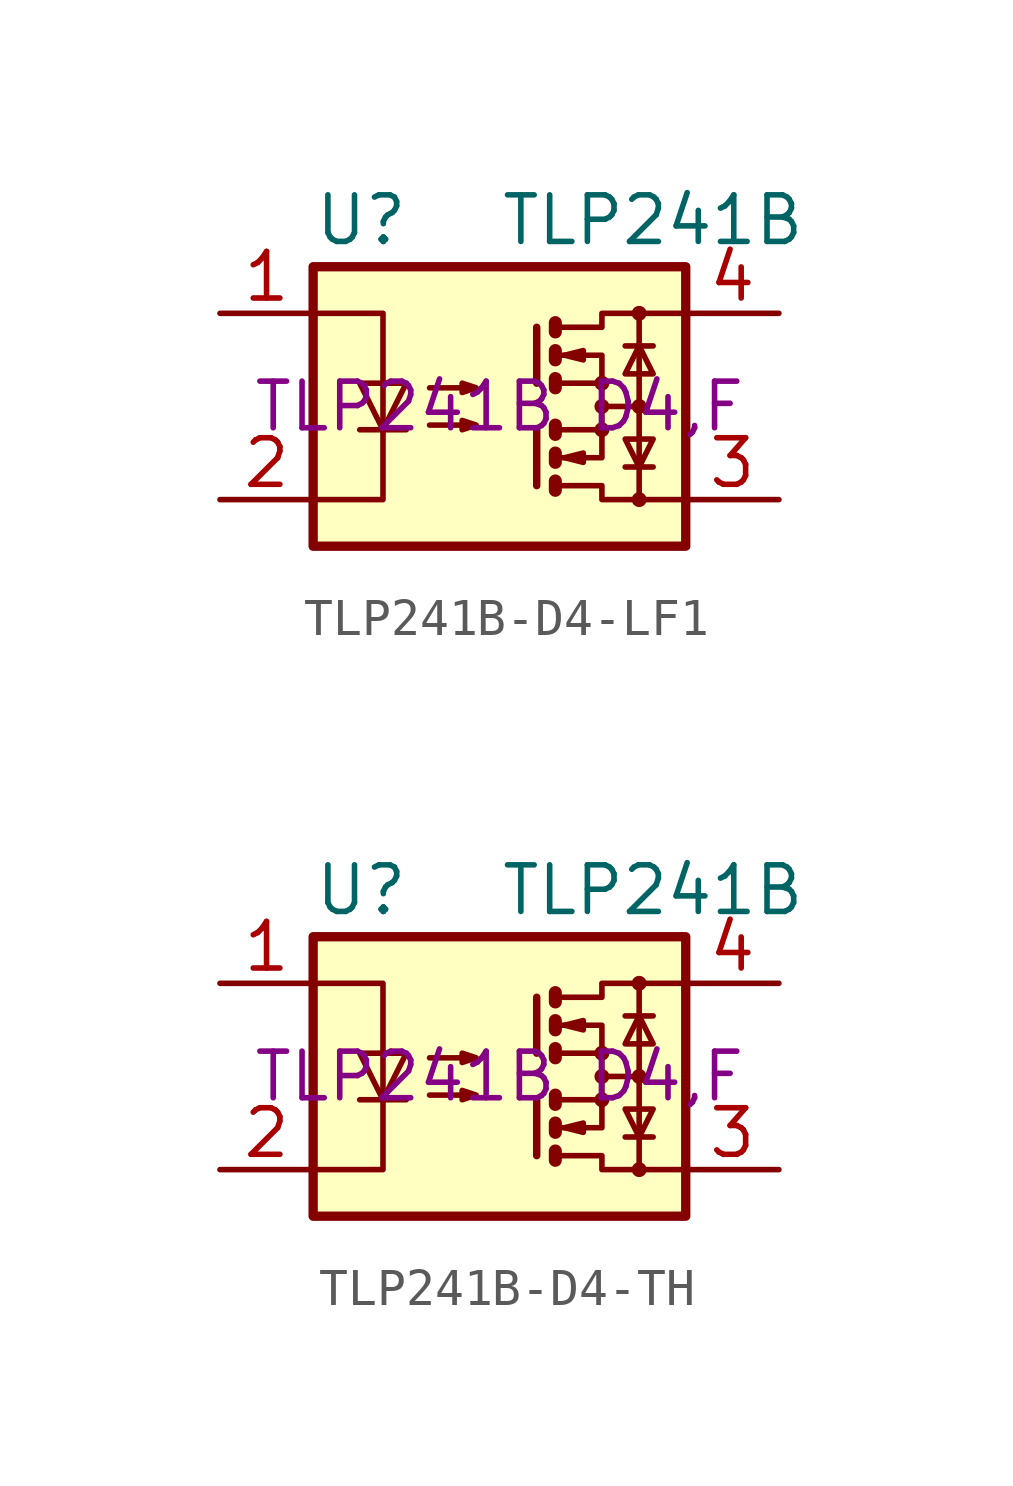
<source format=kicad_sym>
(kicad_symbol_lib
  (version 20231120)
  (generator "kicad_symbol_editor")
  (generator_version "8.0")
  (symbol "TLP241B-D4-LF1"
    (property "Reference" "U"
      (at -5.08 5.08 0)
      (effects (font (size 1.27 1.27)) (justify left)))
    (property "Value" "TLP241B"
      (at 0 5.08 0)
      (effects (font (size 1.27 1.27)) (justify left)))
    (property "MPN" "TLP241B D4,F"
      (at 0 0 0)
      (effects (font (size 1.27 1.27))))
    (symbol "TLP241B-D4-LF1_0_1"
      (rectangle (start -5.08 3.81) (end 5.08 -3.81) (stroke (width 0.254) (type default)) (fill (type background)))
      (polyline (pts (xy -3.81 -0.635) (xy -2.54 -0.635)) (stroke (width 0) (type default)) (fill (type none)))
      (polyline (pts (xy 1.016 -0.635) (xy 1.016 -2.159)) (stroke (width 0.203) (type default)) (fill (type none)))
      (polyline (pts (xy 1.016 2.159) (xy 1.016 0.635)) (stroke (width 0.203) (type default)) (fill (type none)))
      (polyline (pts (xy 1.524 -0.508) (xy 1.524 -0.762)) (stroke (width 0.356) (type default)) (fill (type none)))
      (polyline (pts (xy 2.794 0) (xy 3.81 0)) (stroke (width 0) (type default)) (fill (type none)))
      (polyline (pts (xy 3.429 -1.651) (xy 4.191 -1.651)) (stroke (width 0) (type default)) (fill (type none)))
      (polyline (pts (xy 3.429 1.651) (xy 4.191 1.651)) (stroke (width 0) (type default)) (fill (type none)))
      (polyline (pts (xy 3.81 -2.54) (xy 3.81 2.54)) (stroke (width 0) (type default)) (fill (type none)))
      (polyline (pts (xy 1.524 -2.032) (xy 1.524 -2.286) (xy 1.524 -2.286)) (stroke (width 0.356) (type default)) (fill (type none)))
      (polyline (pts (xy 1.524 -1.27) (xy 1.524 -1.524) (xy 1.524 -1.524)) (stroke (width 0.356) (type default)) (fill (type none)))
      (polyline (pts (xy 1.524 0.762) (xy 1.524 0.508) (xy 1.524 0.508)) (stroke (width 0.356) (type default)) (fill (type none)))
      (polyline (pts (xy 1.524 1.524) (xy 1.524 1.27) (xy 1.524 1.27)) (stroke (width 0.356) (type default)) (fill (type none)))
      (polyline (pts (xy 1.524 2.286) (xy 1.524 2.032) (xy 1.524 2.032)) (stroke (width 0.356) (type default)) (fill (type none)))
      (polyline (pts (xy 1.651 -1.397) (xy 2.794 -1.397) (xy 2.794 -0.635)) (stroke (width 0) (type default)) (fill (type none)))
      (polyline (pts (xy 1.651 1.397) (xy 2.794 1.397) (xy 2.794 0.635)) (stroke (width 0) (type default)) (fill (type none)))
      (polyline (pts (xy -5.08 2.54) (xy -3.175 2.54) (xy -3.175 -2.54) (xy -5.08 -2.54)) (stroke (width 0) (type default)) (fill (type none)))
      (polyline (pts (xy -3.175 -0.635) (xy -3.81 0.635) (xy -2.54 0.635) (xy -3.175 -0.635)) (stroke (width 0) (type default)) (fill (type none)))
      (polyline (pts (xy 1.651 -2.159) (xy 2.794 -2.159) (xy 2.794 -2.54) (xy 5.08 -2.54)) (stroke (width 0) (type default)) (fill (type none)))
      (polyline (pts (xy 1.651 -0.635) (xy 2.794 -0.635) (xy 2.794 0.635) (xy 1.651 0.635)) (stroke (width 0) (type default)) (fill (type none)))
      (polyline (pts (xy 1.651 2.159) (xy 2.794 2.159) (xy 2.794 2.54) (xy 5.08 2.54)) (stroke (width 0) (type default)) (fill (type none)))
      (polyline (pts (xy 1.778 -1.397) (xy 2.286 -1.27) (xy 2.286 -1.524) (xy 1.778 -1.397)) (stroke (width 0) (type default)) (fill (type none)))
      (polyline (pts (xy 1.778 1.397) (xy 2.286 1.524) (xy 2.286 1.27) (xy 1.778 1.397)) (stroke (width 0) (type default)) (fill (type none)))
      (polyline (pts (xy 3.81 -1.651) (xy 3.429 -0.889) (xy 4.191 -0.889) (xy 3.81 -1.651)) (stroke (width 0) (type default)) (fill (type none)))
      (polyline (pts (xy 3.81 1.651) (xy 3.429 0.889) (xy 4.191 0.889) (xy 3.81 1.651)) (stroke (width 0) (type default)) (fill (type none)))
      (polyline (pts (xy -1.905 -0.508) (xy -0.635 -0.508) (xy -1.016 -0.635) (xy -1.016 -0.381) (xy -0.635 -0.508)) (stroke (width 0) (type default)) (fill (type none)))
      (polyline (pts (xy -1.905 0.508) (xy -0.635 0.508) (xy -1.016 0.381) (xy -1.016 0.635) (xy -0.635 0.508)) (stroke (width 0) (type default)) (fill (type none)))
      (circle (center 2.794 -0.635) (radius 0.127) (stroke (width 0) (type default)) (fill (type none)))
      (circle (center 2.794 0) (radius 0.127) (stroke (width 0) (type default)) (fill (type none)))
      (circle (center 2.794 0.635) (radius 0.127) (stroke (width 0) (type default)) (fill (type none)))
      (circle (center 3.81 -2.54) (radius 0.127) (stroke (width 0) (type default)) (fill (type none)))
      (circle (center 3.81 0) (radius 0.127) (stroke (width 0) (type default)) (fill (type none)))
      (circle (center 3.81 2.54) (radius 0.127) (stroke (width 0) (type default)) (fill (type none))))
    (symbol "TLP241B-D4-LF1_1_1"
      (pin passive line (at -7.62 2.54 0) (length 2.54) (name "~" (effects (font (size 1.27 1.27)))) (number "1" (effects (font (size 1.27 1.27)))))
      (pin passive line (at -7.62 -2.54 0) (length 2.54) (name "~" (effects (font (size 1.27 1.27)))) (number "2" (effects (font (size 1.27 1.27)))))
      (pin passive line (at 7.62 -2.54 180) (length 2.54) (name "~" (effects (font (size 1.27 1.27)))) (number "3" (effects (font (size 1.27 1.27)))))
      (pin passive line (at 7.62 2.54 180) (length 2.54) (name "~" (effects (font (size 1.27 1.27)))) (number "4" (effects (font (size 1.27 1.27)))))))
  (symbol "TLP241B-D4-TH"
    (property "Reference" "U"
      (at -5.08 5.08 0)
      (effects (font (size 1.27 1.27)) (justify left)))
    (property "Value" "TLP241B"
      (at 0 5.08 0)
      (effects (font (size 1.27 1.27)) (justify left)))
    (property "MPN" "TLP241B D4,F"
      (at 0 0 0)
      (effects (font (size 1.27 1.27))))
    (symbol "TLP241B-D4-TH_0_1"
      (rectangle (start -5.08 3.81) (end 5.08 -3.81) (stroke (width 0.254) (type default)) (fill (type background)))
      (polyline (pts (xy -3.81 -0.635) (xy -2.54 -0.635)) (stroke (width 0) (type default)) (fill (type none)))
      (polyline (pts (xy 1.016 -0.635) (xy 1.016 -2.159)) (stroke (width 0.203) (type default)) (fill (type none)))
      (polyline (pts (xy 1.016 2.159) (xy 1.016 0.635)) (stroke (width 0.203) (type default)) (fill (type none)))
      (polyline (pts (xy 1.524 -0.508) (xy 1.524 -0.762)) (stroke (width 0.356) (type default)) (fill (type none)))
      (polyline (pts (xy 2.794 0) (xy 3.81 0)) (stroke (width 0) (type default)) (fill (type none)))
      (polyline (pts (xy 3.429 -1.651) (xy 4.191 -1.651)) (stroke (width 0) (type default)) (fill (type none)))
      (polyline (pts (xy 3.429 1.651) (xy 4.191 1.651)) (stroke (width 0) (type default)) (fill (type none)))
      (polyline (pts (xy 3.81 -2.54) (xy 3.81 2.54)) (stroke (width 0) (type default)) (fill (type none)))
      (polyline (pts (xy 1.524 -2.032) (xy 1.524 -2.286) (xy 1.524 -2.286)) (stroke (width 0.356) (type default)) (fill (type none)))
      (polyline (pts (xy 1.524 -1.27) (xy 1.524 -1.524) (xy 1.524 -1.524)) (stroke (width 0.356) (type default)) (fill (type none)))
      (polyline (pts (xy 1.524 0.762) (xy 1.524 0.508) (xy 1.524 0.508)) (stroke (width 0.356) (type default)) (fill (type none)))
      (polyline (pts (xy 1.524 1.524) (xy 1.524 1.27) (xy 1.524 1.27)) (stroke (width 0.356) (type default)) (fill (type none)))
      (polyline (pts (xy 1.524 2.286) (xy 1.524 2.032) (xy 1.524 2.032)) (stroke (width 0.356) (type default)) (fill (type none)))
      (polyline (pts (xy 1.651 -1.397) (xy 2.794 -1.397) (xy 2.794 -0.635)) (stroke (width 0) (type default)) (fill (type none)))
      (polyline (pts (xy 1.651 1.397) (xy 2.794 1.397) (xy 2.794 0.635)) (stroke (width 0) (type default)) (fill (type none)))
      (polyline (pts (xy -5.08 2.54) (xy -3.175 2.54) (xy -3.175 -2.54) (xy -5.08 -2.54)) (stroke (width 0) (type default)) (fill (type none)))
      (polyline (pts (xy -3.175 -0.635) (xy -3.81 0.635) (xy -2.54 0.635) (xy -3.175 -0.635)) (stroke (width 0) (type default)) (fill (type none)))
      (polyline (pts (xy 1.651 -2.159) (xy 2.794 -2.159) (xy 2.794 -2.54) (xy 5.08 -2.54)) (stroke (width 0) (type default)) (fill (type none)))
      (polyline (pts (xy 1.651 -0.635) (xy 2.794 -0.635) (xy 2.794 0.635) (xy 1.651 0.635)) (stroke (width 0) (type default)) (fill (type none)))
      (polyline (pts (xy 1.651 2.159) (xy 2.794 2.159) (xy 2.794 2.54) (xy 5.08 2.54)) (stroke (width 0) (type default)) (fill (type none)))
      (polyline (pts (xy 1.778 -1.397) (xy 2.286 -1.27) (xy 2.286 -1.524) (xy 1.778 -1.397)) (stroke (width 0) (type default)) (fill (type none)))
      (polyline (pts (xy 1.778 1.397) (xy 2.286 1.524) (xy 2.286 1.27) (xy 1.778 1.397)) (stroke (width 0) (type default)) (fill (type none)))
      (polyline (pts (xy 3.81 -1.651) (xy 3.429 -0.889) (xy 4.191 -0.889) (xy 3.81 -1.651)) (stroke (width 0) (type default)) (fill (type none)))
      (polyline (pts (xy 3.81 1.651) (xy 3.429 0.889) (xy 4.191 0.889) (xy 3.81 1.651)) (stroke (width 0) (type default)) (fill (type none)))
      (polyline (pts (xy -1.905 -0.508) (xy -0.635 -0.508) (xy -1.016 -0.635) (xy -1.016 -0.381) (xy -0.635 -0.508)) (stroke (width 0) (type default)) (fill (type none)))
      (polyline (pts (xy -1.905 0.508) (xy -0.635 0.508) (xy -1.016 0.381) (xy -1.016 0.635) (xy -0.635 0.508)) (stroke (width 0) (type default)) (fill (type none)))
      (circle (center 2.794 -0.635) (radius 0.127) (stroke (width 0) (type default)) (fill (type none)))
      (circle (center 2.794 0) (radius 0.127) (stroke (width 0) (type default)) (fill (type none)))
      (circle (center 2.794 0.635) (radius 0.127) (stroke (width 0) (type default)) (fill (type none)))
      (circle (center 3.81 -2.54) (radius 0.127) (stroke (width 0) (type default)) (fill (type none)))
      (circle (center 3.81 0) (radius 0.127) (stroke (width 0) (type default)) (fill (type none)))
      (circle (center 3.81 2.54) (radius 0.127) (stroke (width 0) (type default)) (fill (type none))))
    (symbol "TLP241B-D4-TH_1_1"
      (pin passive line (at -7.62 2.54 0) (length 2.54) (name "~" (effects (font (size 1.27 1.27)))) (number "1" (effects (font (size 1.27 1.27)))))
      (pin passive line (at -7.62 -2.54 0) (length 2.54) (name "~" (effects (font (size 1.27 1.27)))) (number "2" (effects (font (size 1.27 1.27)))))
      (pin passive line (at 7.62 -2.54 180) (length 2.54) (name "~" (effects (font (size 1.27 1.27)))) (number "3" (effects (font (size 1.27 1.27)))))
      (pin passive line (at 7.62 2.54 180) (length 2.54) (name "~" (effects (font (size 1.27 1.27)))) (number "4" (effects (font (size 1.27 1.27))))))))
</source>
